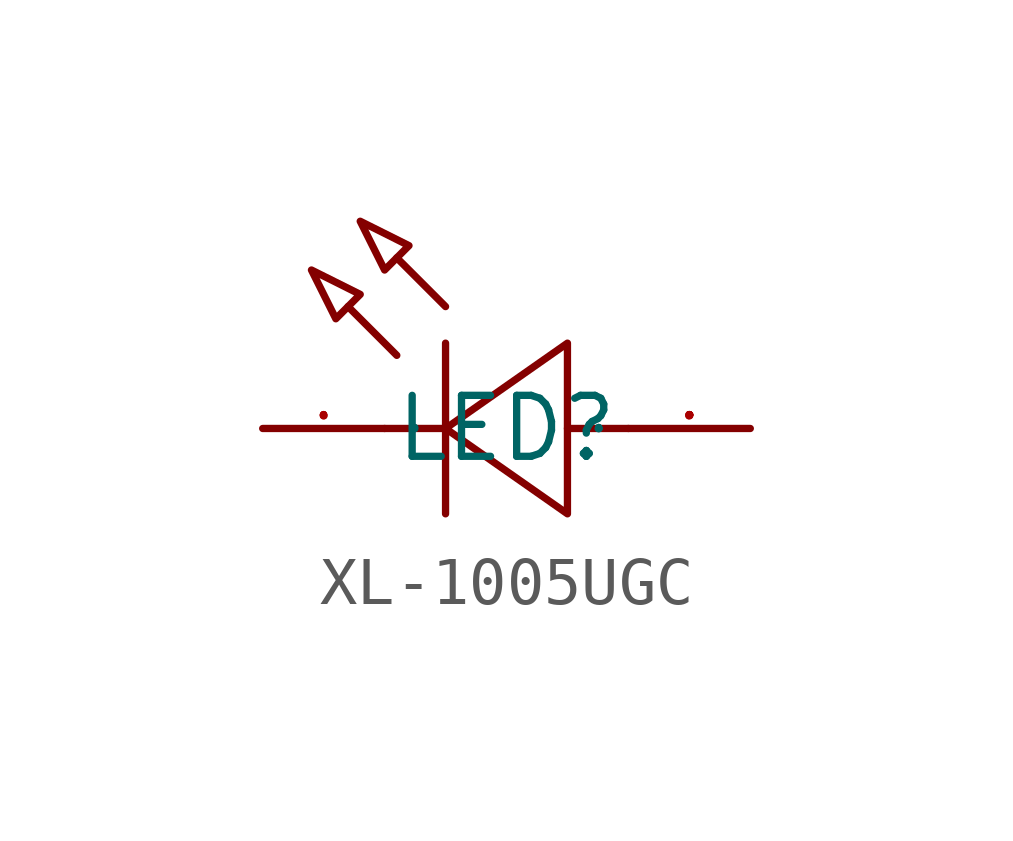
<source format=kicad_sym>
(kicad_symbol_lib
  (version 20241209)
  (generator "kicad_symbol_editor")
  (generator_version "9.0")
  (symbol "XL-1005UGC"
    (property "Reference" "LED"
      (at 0 0 0)
      (effects (font (size 1.27 1.27))))
    (property "Value" ""
      (at 0 0 0)
      (effects (font (size 1.27 1.27))))
    (symbol "XL-1005UGC_1_0"
      (polyline (pts (xy -4.064 3.302) (xy -3.048 2.794) (xy -3.048 2.794) (xy -3.556 2.286) (xy -3.556 2.286) (xy -4.064 3.302)) (stroke (width 0) (type default)) (fill (type none)))
      (polyline (pts (xy -3.048 4.318) (xy -2.032 3.81) (xy -2.032 3.81) (xy -2.54 3.302) (xy -2.54 3.302) (xy -3.048 4.318)) (stroke (width 0) (type default)) (fill (type none)))
      (polyline (pts (xy -2.286 1.524) (xy -3.302 2.54)) (stroke (width 0) (type default)) (fill (type none)))
      (polyline (pts (xy -1.27 2.54) (xy -2.286 3.556)) (stroke (width 0) (type default)) (fill (type none)))
      (polyline (pts (xy -1.27 1.778) (xy -1.27 -1.778)) (stroke (width 0) (type default)) (fill (type none)))
      (polyline (pts (xy -1.27 0) (xy -2.54 0)) (stroke (width 0) (type default)) (fill (type none)))
      (polyline (pts (xy 1.27 1.778) (xy -1.27 0) (xy -1.27 0) (xy 1.27 -1.778) (xy 1.27 -1.778) (xy 1.27 1.778)) (stroke (width 0) (type default)) (fill (type none)))
      (polyline (pts (xy 2.54 0) (xy 1.27 0)) (stroke (width 0) (type default)) (fill (type none)))
      (pin unspecified line (at -5.08 0 0) (length 2.54) (name "K" (effects (font (size 0.025 0.025)))) (number "1" (effects (font (size 0.025 0.025)))))
      (pin unspecified line (at 5.08 0 180) (length 2.54) (name "A" (effects (font (size 0.025 0.025)))) (number "2" (effects (font (size 0.025 0.025))))))))
</source>
